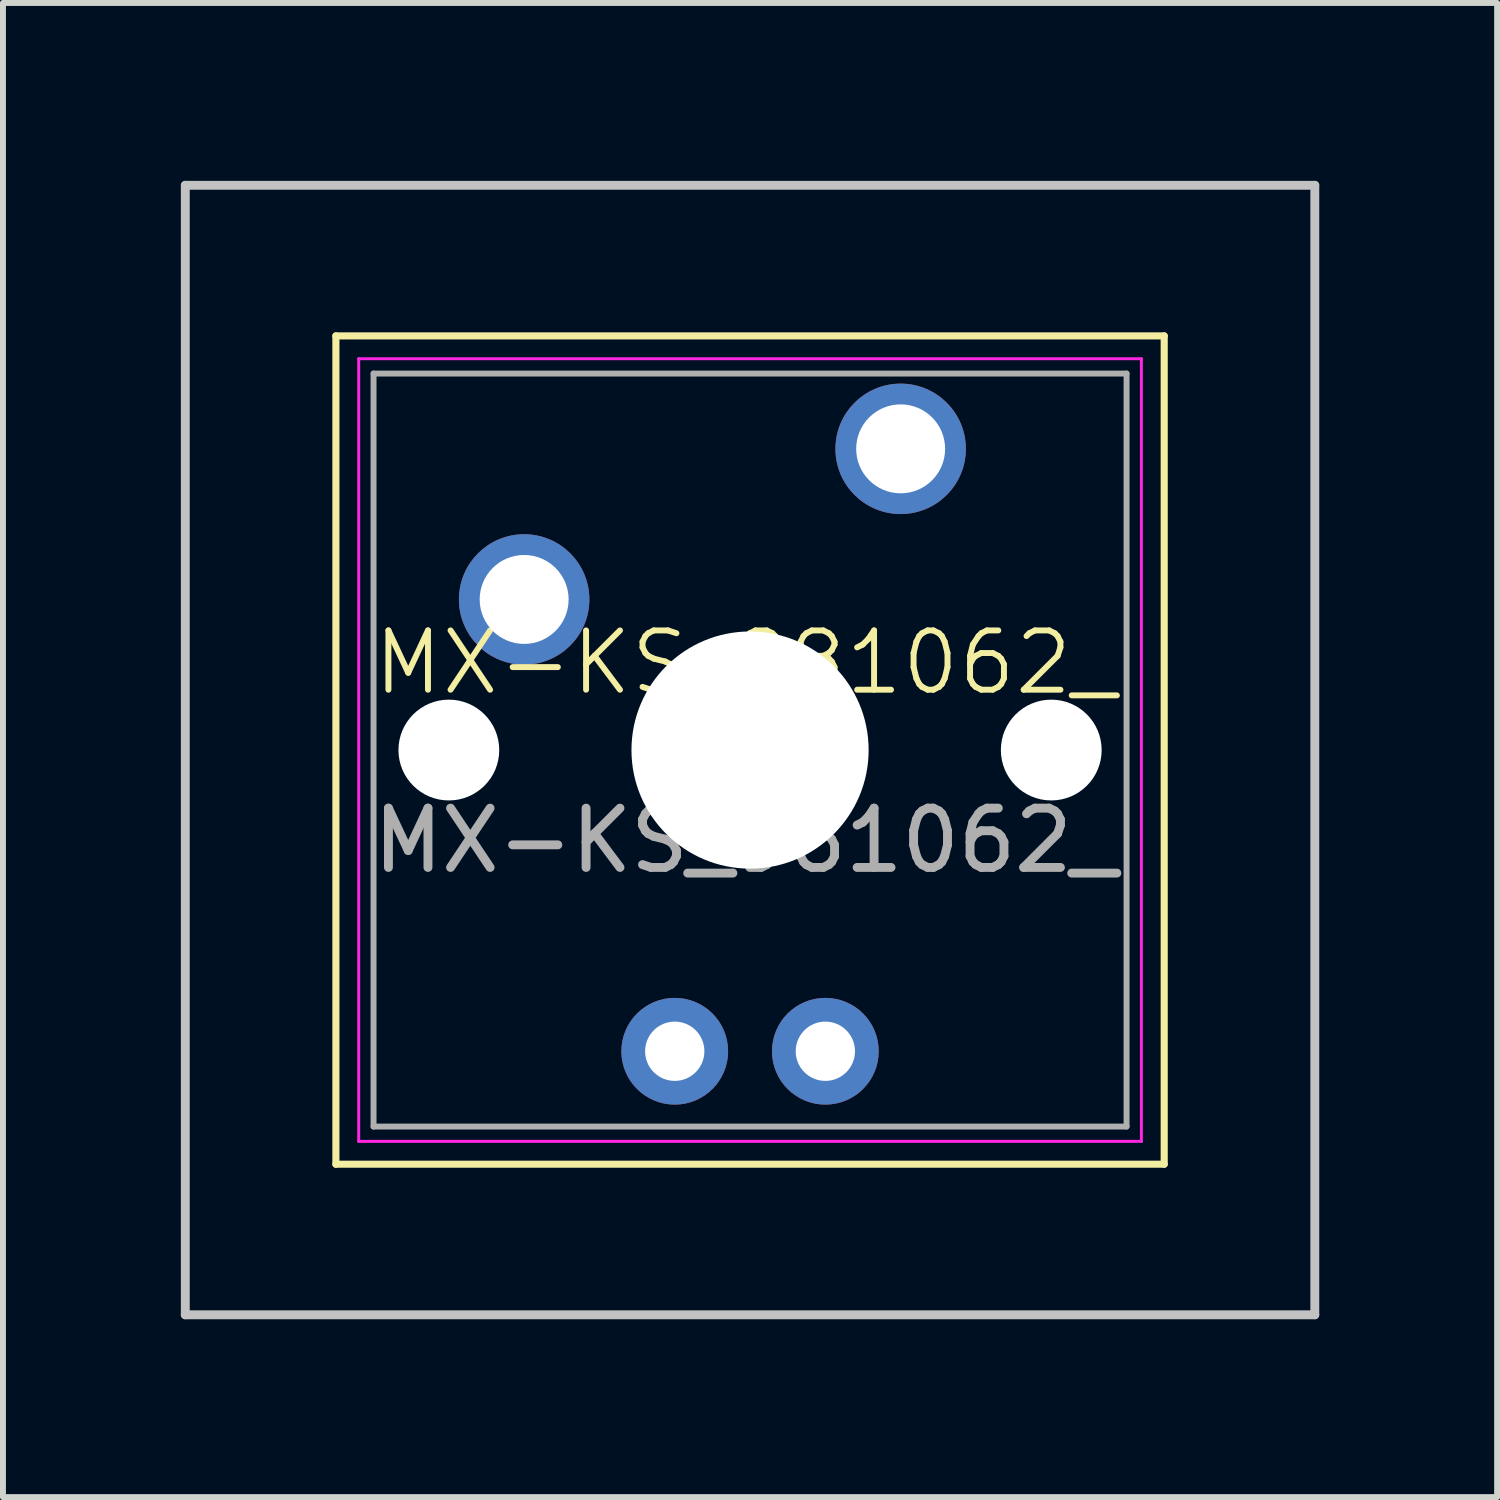
<source format=kicad_pcb>
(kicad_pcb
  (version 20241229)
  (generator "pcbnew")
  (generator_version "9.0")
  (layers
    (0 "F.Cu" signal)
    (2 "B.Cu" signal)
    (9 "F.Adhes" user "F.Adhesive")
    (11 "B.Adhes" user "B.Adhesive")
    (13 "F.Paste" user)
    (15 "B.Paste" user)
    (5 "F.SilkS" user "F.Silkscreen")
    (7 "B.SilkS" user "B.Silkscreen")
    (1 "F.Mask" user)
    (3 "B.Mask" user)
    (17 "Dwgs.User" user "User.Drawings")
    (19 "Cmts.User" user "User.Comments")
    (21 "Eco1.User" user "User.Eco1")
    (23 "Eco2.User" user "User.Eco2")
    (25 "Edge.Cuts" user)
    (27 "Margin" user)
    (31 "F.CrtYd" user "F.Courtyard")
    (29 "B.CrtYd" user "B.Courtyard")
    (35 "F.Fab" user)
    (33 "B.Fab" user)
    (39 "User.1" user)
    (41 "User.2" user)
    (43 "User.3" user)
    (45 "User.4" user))
  (footprint "MX-KS_981062_"
    (layer "F.Cu")
    (at 9.6 9.6)
    (property "Reference" "MX-KS_981062_" (at -0.075 -1.475 0) (unlocked yes) (layer "F.SilkS") (effects (font (size 1 1) (thickness 0.1))))
    (attr through_hole)
    (fp_line (start -6.985 -6.985) (end 6.985 -6.985) (stroke (width 0.12) (type solid)) (layer "F.SilkS"))
    (fp_line (start -6.985 6.985) (end -6.985 -6.985) (stroke (width 0.12) (type solid)) (layer "F.SilkS"))
    (fp_line (start 6.985 -6.985) (end 6.985 6.985) (stroke (width 0.12) (type solid)) (layer "F.SilkS"))
    (fp_line (start 6.985 6.985) (end -6.985 6.985) (stroke (width 0.12) (type solid)) (layer "F.SilkS"))
    (fp_line (start -9.525 -9.525) (end 9.525 -9.525) (stroke (width 0.15) (type solid)) (layer "Dwgs.User"))
    (fp_line (start -9.525 9.525) (end -9.525 -9.525) (stroke (width 0.15) (type solid)) (layer "Dwgs.User"))
    (fp_line (start 9.525 -9.525) (end 9.525 9.525) (stroke (width 0.15) (type solid)) (layer "Dwgs.User"))
    (fp_line (start 9.525 9.525) (end -9.525 9.525) (stroke (width 0.15) (type solid)) (layer "Dwgs.User"))
    (fp_line (start -6.6 -6.6) (end 6.6 -6.6) (stroke (width 0.05) (type solid)) (layer "F.CrtYd"))
    (fp_line (start -6.6 6.6) (end -6.6 -6.6) (stroke (width 0.05) (type solid)) (layer "F.CrtYd"))
    (fp_line (start 6.6 -6.6) (end 6.6 6.6) (stroke (width 0.05) (type solid)) (layer "F.CrtYd"))
    (fp_line (start 6.6 6.6) (end -6.6 6.6) (stroke (width 0.05) (type solid)) (layer "F.CrtYd"))
    (fp_line (start -6.35 -6.35) (end 6.35 -6.35) (stroke (width 0.1) (type solid)) (layer "F.Fab"))
    (fp_line (start -6.35 6.35) (end -6.35 -6.35) (stroke (width 0.1) (type solid)) (layer "F.Fab"))
    (fp_line (start 6.35 -6.35) (end 6.35 6.35) (stroke (width 0.1) (type solid)) (layer "F.Fab"))
    (fp_line (start 6.35 6.35) (end -6.35 6.35) (stroke (width 0.1) (type solid)) (layer "F.Fab"))
    (fp_text user "${REFERENCE}" (at -0.075 1.525 0) (unlocked yes) (layer "F.Fab") (effects (font (size 1 1) (thickness 0.15))))
    (pad "" np_thru_hole circle (at -5.08 0) (size 1.7 1.7) (drill 1.7) (layers "*.Cu" "*.Mask"))
    (pad "" np_thru_hole circle (at 0 0) (size 4 4) (drill 4) (layers "*.Cu" "*.Mask"))
    (pad "" np_thru_hole circle (at 5.08 0) (size 1.7 1.7) (drill 1.7) (layers "*.Cu" "*.Mask"))
    (pad "1" thru_hole circle (at 2.54 -5.08) (size 2.2 2.2) (drill 1.5) (layers "*.Cu" "*.Mask"))
    (pad "2" thru_hole circle (at -3.81 -2.54) (size 2.2 2.2) (drill 1.5) (layers "*.Cu" "*.Mask"))
    (pad "3" thru_hole circle (at 1.27 5.08) (size 1.8 1.8) (drill 1) (layers "*.Cu" "*.Mask"))
    (pad "4" thru_hole circle (at -1.27 5.08) (size 1.8 1.8) (drill 1) (layers "*.Cu" "*.Mask")))
  (gr_rect
    (start -3 -3)
    (end 22.2 22.2)
    (stroke (width 0.1) (type default))
    (fill no)
    (layer "Edge.Cuts")))
</source>
